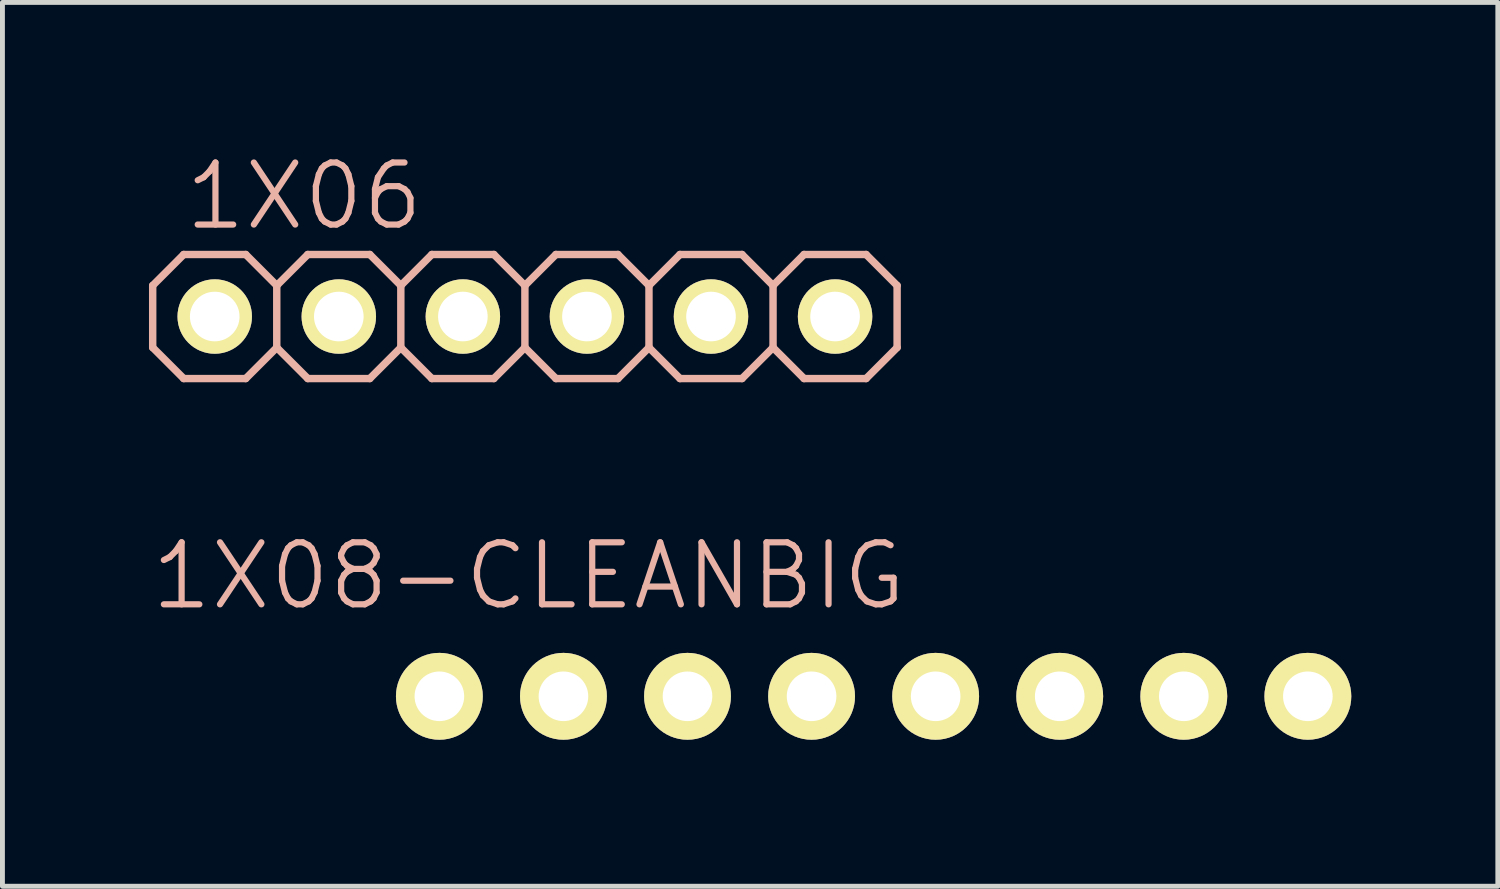
<source format=kicad_pcb>
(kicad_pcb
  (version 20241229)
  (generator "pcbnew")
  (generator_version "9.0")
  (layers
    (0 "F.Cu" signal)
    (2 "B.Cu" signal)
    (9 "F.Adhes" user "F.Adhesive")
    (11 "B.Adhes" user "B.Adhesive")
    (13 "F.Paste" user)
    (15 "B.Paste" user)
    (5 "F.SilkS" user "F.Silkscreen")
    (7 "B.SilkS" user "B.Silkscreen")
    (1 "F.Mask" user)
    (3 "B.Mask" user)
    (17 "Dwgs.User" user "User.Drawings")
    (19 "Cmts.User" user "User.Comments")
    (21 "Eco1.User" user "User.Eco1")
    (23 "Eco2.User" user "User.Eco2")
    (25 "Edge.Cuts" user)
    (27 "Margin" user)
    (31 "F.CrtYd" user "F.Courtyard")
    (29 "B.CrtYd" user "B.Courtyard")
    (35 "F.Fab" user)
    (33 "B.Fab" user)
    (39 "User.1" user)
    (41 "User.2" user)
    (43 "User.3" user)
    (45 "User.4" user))
  (footprint "1X08-CLEANBIG"
    (layer "F.Cu")
    (at 14.835 11.205)
    (property "Reference" "1X08-CLEANBIG" (at -7.061 -2.464 0) (layer "B.SilkS") (effects (font (size 1.27 1.27) (thickness 0.127))))
    (attr exclude_from_pos_files exclude_from_bom)
    (fp_line (start -9.144 -0.254) (end -8.636 -0.254) (stroke (width 0.066) (type solid)) (layer "F.SilkS"))
    (fp_line (start -9.144 0.254) (end -9.144 -0.254) (stroke (width 0.066) (type solid)) (layer "F.SilkS"))
    (fp_line (start -9.144 0.254) (end -8.636 0.254) (stroke (width 0.066) (type solid)) (layer "F.SilkS"))
    (fp_line (start -8.636 0.254) (end -8.636 -0.254) (stroke (width 0.066) (type solid)) (layer "F.SilkS"))
    (fp_line (start -6.604 -0.254) (end -6.096 -0.254) (stroke (width 0.066) (type solid)) (layer "F.SilkS"))
    (fp_line (start -6.604 0.254) (end -6.604 -0.254) (stroke (width 0.066) (type solid)) (layer "F.SilkS"))
    (fp_line (start -6.604 0.254) (end -6.096 0.254) (stroke (width 0.066) (type solid)) (layer "F.SilkS"))
    (fp_line (start -6.096 0.254) (end -6.096 -0.254) (stroke (width 0.066) (type solid)) (layer "F.SilkS"))
    (fp_line (start -4.064 -0.254) (end -3.556 -0.254) (stroke (width 0.066) (type solid)) (layer "F.SilkS"))
    (fp_line (start -4.064 0.254) (end -4.064 -0.254) (stroke (width 0.066) (type solid)) (layer "F.SilkS"))
    (fp_line (start -4.064 0.254) (end -3.556 0.254) (stroke (width 0.066) (type solid)) (layer "F.SilkS"))
    (fp_line (start -3.556 0.254) (end -3.556 -0.254) (stroke (width 0.066) (type solid)) (layer "F.SilkS"))
    (fp_line (start -1.524 -0.254) (end -1.016 -0.254) (stroke (width 0.066) (type solid)) (layer "F.SilkS"))
    (fp_line (start -1.524 0.254) (end -1.524 -0.254) (stroke (width 0.066) (type solid)) (layer "F.SilkS"))
    (fp_line (start -1.524 0.254) (end -1.016 0.254) (stroke (width 0.066) (type solid)) (layer "F.SilkS"))
    (fp_line (start -1.016 0.254) (end -1.016 -0.254) (stroke (width 0.066) (type solid)) (layer "F.SilkS"))
    (fp_line (start 1.016 -0.254) (end 1.524 -0.254) (stroke (width 0.066) (type solid)) (layer "F.SilkS"))
    (fp_line (start 1.016 0.254) (end 1.016 -0.254) (stroke (width 0.066) (type solid)) (layer "F.SilkS"))
    (fp_line (start 1.016 0.254) (end 1.524 0.254) (stroke (width 0.066) (type solid)) (layer "F.SilkS"))
    (fp_line (start 1.524 0.254) (end 1.524 -0.254) (stroke (width 0.066) (type solid)) (layer "F.SilkS"))
    (fp_line (start 3.556 -0.254) (end 4.064 -0.254) (stroke (width 0.066) (type solid)) (layer "F.SilkS"))
    (fp_line (start 3.556 0.254) (end 3.556 -0.254) (stroke (width 0.066) (type solid)) (layer "F.SilkS"))
    (fp_line (start 3.556 0.254) (end 4.064 0.254) (stroke (width 0.066) (type solid)) (layer "F.SilkS"))
    (fp_line (start 4.064 0.254) (end 4.064 -0.254) (stroke (width 0.066) (type solid)) (layer "F.SilkS"))
    (fp_line (start 6.096 -0.254) (end 6.604 -0.254) (stroke (width 0.066) (type solid)) (layer "F.SilkS"))
    (fp_line (start 6.096 0.254) (end 6.096 -0.254) (stroke (width 0.066) (type solid)) (layer "F.SilkS"))
    (fp_line (start 6.096 0.254) (end 6.604 0.254) (stroke (width 0.066) (type solid)) (layer "F.SilkS"))
    (fp_line (start 6.604 0.254) (end 6.604 -0.254) (stroke (width 0.066) (type solid)) (layer "F.SilkS"))
    (fp_line (start 8.636 -0.254) (end 9.144 -0.254) (stroke (width 0.066) (type solid)) (layer "F.SilkS"))
    (fp_line (start 8.636 0.254) (end 8.636 -0.254) (stroke (width 0.066) (type solid)) (layer "F.SilkS"))
    (fp_line (start 8.636 0.254) (end 9.144 0.254) (stroke (width 0.066) (type solid)) (layer "F.SilkS"))
    (fp_line (start 9.144 0.254) (end 9.144 -0.254) (stroke (width 0.066) (type solid)) (layer "F.SilkS"))
    (pad "1" thru_hole circle (at -8.89 0) (size 1.778 1.778) (drill 1.016) (layers "*.Cu" "F.Mask" "F.SilkS" "F.Paste"))
    (pad "2" thru_hole circle (at -6.35 0) (size 1.778 1.778) (drill 1.016) (layers "*.Cu" "F.Mask" "F.SilkS" "F.Paste"))
    (pad "3" thru_hole circle (at -3.81 0) (size 1.778 1.778) (drill 1.016) (layers "*.Cu" "F.Mask" "F.SilkS" "F.Paste"))
    (pad "4" thru_hole circle (at -1.27 0) (size 1.778 1.778) (drill 1.016) (layers "*.Cu" "F.Mask" "F.SilkS" "F.Paste"))
    (pad "5" thru_hole circle (at 1.27 0) (size 1.778 1.778) (drill 1.016) (layers "*.Cu" "F.Mask" "F.SilkS" "F.Paste"))
    (pad "6" thru_hole circle (at 3.81 0) (size 1.778 1.778) (drill 1.016) (layers "*.Cu" "F.Mask" "F.SilkS" "F.Paste"))
    (pad "7" thru_hole circle (at 6.35 0) (size 1.778 1.778) (drill 1.016) (layers "*.Cu" "F.Mask" "F.SilkS" "F.Paste"))
    (pad "8" thru_hole circle (at 8.89 0) (size 1.778 1.778) (drill 1.016) (layers "*.Cu" "F.Mask" "F.SilkS" "F.Paste")))
  (footprint "1X06"
    (layer "F.Cu")
    (at 7.696 3.43)
    (property "Reference" "1X06" (at -4.521 -2.464 0) (layer "B.SilkS") (effects (font (size 1.27 1.27) (thickness 0.127))))
    (attr exclude_from_pos_files exclude_from_bom)
    (fp_line (start -6.604 -0.254) (end -6.096 -0.254) (stroke (width 0.066) (type solid)) (layer "F.SilkS"))
    (fp_line (start -6.604 0.254) (end -6.604 -0.254) (stroke (width 0.066) (type solid)) (layer "F.SilkS"))
    (fp_line (start -6.604 0.254) (end -6.096 0.254) (stroke (width 0.066) (type solid)) (layer "F.SilkS"))
    (fp_line (start -6.096 0.254) (end -6.096 -0.254) (stroke (width 0.066) (type solid)) (layer "F.SilkS"))
    (fp_line (start -4.064 -0.254) (end -3.556 -0.254) (stroke (width 0.066) (type solid)) (layer "F.SilkS"))
    (fp_line (start -4.064 0.254) (end -4.064 -0.254) (stroke (width 0.066) (type solid)) (layer "F.SilkS"))
    (fp_line (start -4.064 0.254) (end -3.556 0.254) (stroke (width 0.066) (type solid)) (layer "F.SilkS"))
    (fp_line (start -3.556 0.254) (end -3.556 -0.254) (stroke (width 0.066) (type solid)) (layer "F.SilkS"))
    (fp_line (start -1.524 -0.254) (end -1.016 -0.254) (stroke (width 0.066) (type solid)) (layer "F.SilkS"))
    (fp_line (start -1.524 0.254) (end -1.524 -0.254) (stroke (width 0.066) (type solid)) (layer "F.SilkS"))
    (fp_line (start -1.524 0.254) (end -1.016 0.254) (stroke (width 0.066) (type solid)) (layer "F.SilkS"))
    (fp_line (start -1.016 0.254) (end -1.016 -0.254) (stroke (width 0.066) (type solid)) (layer "F.SilkS"))
    (fp_line (start 1.016 -0.254) (end 1.524 -0.254) (stroke (width 0.066) (type solid)) (layer "F.SilkS"))
    (fp_line (start 1.016 0.254) (end 1.016 -0.254) (stroke (width 0.066) (type solid)) (layer "F.SilkS"))
    (fp_line (start 1.016 0.254) (end 1.524 0.254) (stroke (width 0.066) (type solid)) (layer "F.SilkS"))
    (fp_line (start 1.524 0.254) (end 1.524 -0.254) (stroke (width 0.066) (type solid)) (layer "F.SilkS"))
    (fp_line (start 3.556 -0.254) (end 4.064 -0.254) (stroke (width 0.066) (type solid)) (layer "F.SilkS"))
    (fp_line (start 3.556 0.254) (end 3.556 -0.254) (stroke (width 0.066) (type solid)) (layer "F.SilkS"))
    (fp_line (start 3.556 0.254) (end 4.064 0.254) (stroke (width 0.066) (type solid)) (layer "F.SilkS"))
    (fp_line (start 4.064 0.254) (end 4.064 -0.254) (stroke (width 0.066) (type solid)) (layer "F.SilkS"))
    (fp_line (start 6.096 -0.254) (end 6.604 -0.254) (stroke (width 0.066) (type solid)) (layer "F.SilkS"))
    (fp_line (start 6.096 0.254) (end 6.096 -0.254) (stroke (width 0.066) (type solid)) (layer "F.SilkS"))
    (fp_line (start 6.096 0.254) (end 6.604 0.254) (stroke (width 0.066) (type solid)) (layer "F.SilkS"))
    (fp_line (start 6.604 0.254) (end 6.604 -0.254) (stroke (width 0.066) (type solid)) (layer "F.SilkS"))
    (fp_line (start -7.62 -0.635) (end -7.62 0.635) (stroke (width 0.152) (type solid)) (layer "B.SilkS"))
    (fp_line (start -7.62 0.635) (end -6.985 1.27) (stroke (width 0.152) (type solid)) (layer "B.SilkS"))
    (fp_line (start -6.985 -1.27) (end -7.62 -0.635) (stroke (width 0.152) (type solid)) (layer "B.SilkS"))
    (fp_line (start -6.985 -1.27) (end -5.715 -1.27) (stroke (width 0.152) (type solid)) (layer "B.SilkS"))
    (fp_line (start -5.715 -1.27) (end -5.08 -0.635) (stroke (width 0.152) (type solid)) (layer "B.SilkS"))
    (fp_line (start -5.715 1.27) (end -6.985 1.27) (stroke (width 0.152) (type solid)) (layer "B.SilkS"))
    (fp_line (start -5.08 -0.635) (end -5.08 0.635) (stroke (width 0.152) (type solid)) (layer "B.SilkS"))
    (fp_line (start -5.08 -0.635) (end -4.445 -1.27) (stroke (width 0.152) (type solid)) (layer "B.SilkS"))
    (fp_line (start -5.08 0.635) (end -5.715 1.27) (stroke (width 0.152) (type solid)) (layer "B.SilkS"))
    (fp_line (start -4.445 -1.27) (end -3.175 -1.27) (stroke (width 0.152) (type solid)) (layer "B.SilkS"))
    (fp_line (start -4.445 1.27) (end -5.08 0.635) (stroke (width 0.152) (type solid)) (layer "B.SilkS"))
    (fp_line (start -3.175 -1.27) (end -2.54 -0.635) (stroke (width 0.152) (type solid)) (layer "B.SilkS"))
    (fp_line (start -3.175 1.27) (end -4.445 1.27) (stroke (width 0.152) (type solid)) (layer "B.SilkS"))
    (fp_line (start -2.54 -0.635) (end -2.54 0.635) (stroke (width 0.152) (type solid)) (layer "B.SilkS"))
    (fp_line (start -2.54 -0.635) (end -1.905 -1.27) (stroke (width 0.152) (type solid)) (layer "B.SilkS"))
    (fp_line (start -2.54 0.635) (end -3.175 1.27) (stroke (width 0.152) (type solid)) (layer "B.SilkS"))
    (fp_line (start -1.905 -1.27) (end -0.635 -1.27) (stroke (width 0.152) (type solid)) (layer "B.SilkS"))
    (fp_line (start -1.905 1.27) (end -2.54 0.635) (stroke (width 0.152) (type solid)) (layer "B.SilkS"))
    (fp_line (start -0.635 -1.27) (end 0 -0.635) (stroke (width 0.152) (type solid)) (layer "B.SilkS"))
    (fp_line (start -0.635 1.27) (end -1.905 1.27) (stroke (width 0.152) (type solid)) (layer "B.SilkS"))
    (fp_line (start 0 -0.635) (end 0 0.635) (stroke (width 0.152) (type solid)) (layer "B.SilkS"))
    (fp_line (start 0 0.635) (end -0.635 1.27) (stroke (width 0.152) (type solid)) (layer "B.SilkS"))
    (fp_line (start 0 0.635) (end 0.635 1.27) (stroke (width 0.152) (type solid)) (layer "B.SilkS"))
    (fp_line (start 0.635 -1.27) (end 0 -0.635) (stroke (width 0.152) (type solid)) (layer "B.SilkS"))
    (fp_line (start 0.635 -1.27) (end 1.905 -1.27) (stroke (width 0.152) (type solid)) (layer "B.SilkS"))
    (fp_line (start 1.905 -1.27) (end 2.54 -0.635) (stroke (width 0.152) (type solid)) (layer "B.SilkS"))
    (fp_line (start 1.905 1.27) (end 0.635 1.27) (stroke (width 0.152) (type solid)) (layer "B.SilkS"))
    (fp_line (start 2.54 -0.635) (end 2.54 0.635) (stroke (width 0.152) (type solid)) (layer "B.SilkS"))
    (fp_line (start 2.54 -0.635) (end 3.175 -1.27) (stroke (width 0.152) (type solid)) (layer "B.SilkS"))
    (fp_line (start 2.54 0.635) (end 1.905 1.27) (stroke (width 0.152) (type solid)) (layer "B.SilkS"))
    (fp_line (start 3.175 -1.27) (end 4.445 -1.27) (stroke (width 0.152) (type solid)) (layer "B.SilkS"))
    (fp_line (start 3.175 1.27) (end 2.54 0.635) (stroke (width 0.152) (type solid)) (layer "B.SilkS"))
    (fp_line (start 4.445 -1.27) (end 5.08 -0.635) (stroke (width 0.152) (type solid)) (layer "B.SilkS"))
    (fp_line (start 4.445 1.27) (end 3.175 1.27) (stroke (width 0.152) (type solid)) (layer "B.SilkS"))
    (fp_line (start 5.08 -0.635) (end 5.08 0.635) (stroke (width 0.152) (type solid)) (layer "B.SilkS"))
    (fp_line (start 5.08 0.635) (end 4.445 1.27) (stroke (width 0.152) (type solid)) (layer "B.SilkS"))
    (fp_line (start 5.08 0.635) (end 5.715 1.27) (stroke (width 0.152) (type solid)) (layer "B.SilkS"))
    (fp_line (start 5.715 -1.27) (end 5.08 -0.635) (stroke (width 0.152) (type solid)) (layer "B.SilkS"))
    (fp_line (start 5.715 -1.27) (end 6.985 -1.27) (stroke (width 0.152) (type solid)) (layer "B.SilkS"))
    (fp_line (start 6.985 -1.27) (end 7.62 -0.635) (stroke (width 0.152) (type solid)) (layer "B.SilkS"))
    (fp_line (start 6.985 1.27) (end 5.715 1.27) (stroke (width 0.152) (type solid)) (layer "B.SilkS"))
    (fp_line (start 7.62 -0.635) (end 7.62 0.635) (stroke (width 0.152) (type solid)) (layer "B.SilkS"))
    (fp_line (start 7.62 0.635) (end 6.985 1.27) (stroke (width 0.152) (type solid)) (layer "B.SilkS"))
    (pad "1" thru_hole circle (at -6.35 0) (size 1.524 1.524) (drill 1.016) (layers "*.Cu" "F.Mask" "F.SilkS" "F.Paste"))
    (pad "2" thru_hole circle (at -3.81 0) (size 1.524 1.524) (drill 1.016) (layers "*.Cu" "F.Mask" "F.SilkS" "F.Paste"))
    (pad "3" thru_hole circle (at -1.27 0) (size 1.524 1.524) (drill 1.016) (layers "*.Cu" "F.Mask" "F.SilkS" "F.Paste"))
    (pad "4" thru_hole circle (at 1.27 0) (size 1.524 1.524) (drill 1.016) (layers "*.Cu" "F.Mask" "F.SilkS" "F.Paste"))
    (pad "5" thru_hole circle (at 3.81 0) (size 1.524 1.524) (drill 1.016) (layers "*.Cu" "F.Mask" "F.SilkS" "F.Paste"))
    (pad "6" thru_hole circle (at 6.35 0) (size 1.524 1.524) (drill 1.016) (layers "*.Cu" "F.Mask" "F.SilkS" "F.Paste")))
  (gr_rect
    (start -3 -3)
    (end 27.614 15.094)
    (stroke (width 0.1) (type default))
    (fill no)
    (layer "Edge.Cuts")))
</source>
